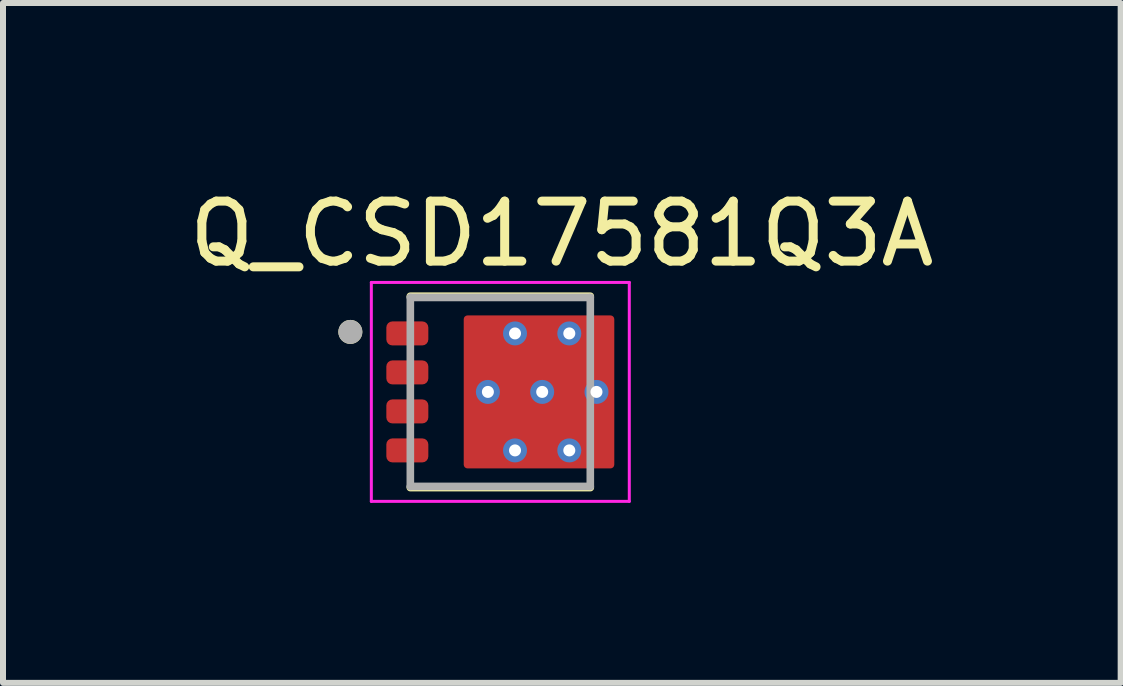
<source format=kicad_pcb>
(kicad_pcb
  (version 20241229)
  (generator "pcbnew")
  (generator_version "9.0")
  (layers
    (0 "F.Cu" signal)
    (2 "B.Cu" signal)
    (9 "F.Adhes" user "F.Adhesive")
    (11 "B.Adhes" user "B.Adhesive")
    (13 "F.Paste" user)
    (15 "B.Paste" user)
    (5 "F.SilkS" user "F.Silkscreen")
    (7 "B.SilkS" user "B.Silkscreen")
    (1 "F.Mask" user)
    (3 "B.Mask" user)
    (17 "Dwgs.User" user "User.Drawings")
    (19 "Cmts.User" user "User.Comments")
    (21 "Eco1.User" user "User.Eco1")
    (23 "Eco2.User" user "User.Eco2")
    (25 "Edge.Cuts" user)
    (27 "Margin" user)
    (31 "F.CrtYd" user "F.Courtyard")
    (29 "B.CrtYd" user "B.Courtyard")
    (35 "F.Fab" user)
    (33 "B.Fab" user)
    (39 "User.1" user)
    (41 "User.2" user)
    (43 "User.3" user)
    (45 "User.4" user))
  (footprint "Q_CSD17581Q3A"
    (layer "F.Cu")
    (at 5.29 3.483)
    (property "Reference" "Q_CSD17581Q3A" (at 1.025 -2.635 0) (layer "F.SilkS") (effects (font (size 1 1) (thickness 0.15))))
    (attr through_hole)
    (fp_poly (pts (xy -1.8 -1.125) (xy -1.3 -1.125) (xy -1.297 -1.125) (xy -1.295 -1.125) (xy -1.292 -1.124) (xy -1.29 -1.124) (xy -1.287 -1.123) (xy -1.285 -1.123) (xy -1.282 -1.122) (xy -1.28 -1.121) (xy -1.277 -1.12) (xy -1.275 -1.118) (xy -1.273 -1.117) (xy -1.271 -1.115) (xy -1.269 -1.114) (xy -1.267 -1.112) (xy -1.265 -1.11) (xy -1.263 -1.108) (xy -1.261 -1.106) (xy -1.26 -1.104) (xy -1.258 -1.102) (xy -1.257 -1.1) (xy -1.255 -1.098) (xy -1.254 -1.095) (xy -1.253 -1.093) (xy -1.252 -1.09) (xy -1.252 -1.088) (xy -1.251 -1.085) (xy -1.251 -1.083) (xy -1.25 -1.08) (xy -1.25 -1.078) (xy -1.25 -1.075) (xy -1.25 -0.875) (xy -1.25 -0.872) (xy -1.25 -0.87) (xy -1.251 -0.867) (xy -1.251 -0.865) (xy -1.252 -0.862) (xy -1.252 -0.86) (xy -1.253 -0.857) (xy -1.254 -0.855) (xy -1.255 -0.852) (xy -1.257 -0.85) (xy -1.258 -0.848) (xy -1.26 -0.846) (xy -1.261 -0.844) (xy -1.263 -0.842) (xy -1.265 -0.84) (xy -1.267 -0.838) (xy -1.269 -0.836) (xy -1.271 -0.835) (xy -1.273 -0.833) (xy -1.275 -0.832) (xy -1.277 -0.83) (xy -1.28 -0.829) (xy -1.282 -0.828) (xy -1.285 -0.827) (xy -1.287 -0.827) (xy -1.29 -0.826) (xy -1.292 -0.826) (xy -1.295 -0.825) (xy -1.297 -0.825) (xy -1.3 -0.825) (xy -1.8 -0.825) (xy -1.803 -0.825) (xy -1.805 -0.825) (xy -1.808 -0.826) (xy -1.81 -0.826) (xy -1.813 -0.827) (xy -1.815 -0.827) (xy -1.818 -0.828) (xy -1.82 -0.829) (xy -1.823 -0.83) (xy -1.825 -0.832) (xy -1.827 -0.833) (xy -1.829 -0.835) (xy -1.831 -0.836) (xy -1.833 -0.838) (xy -1.835 -0.84) (xy -1.837 -0.842) (xy -1.839 -0.844) (xy -1.84 -0.846) (xy -1.842 -0.848) (xy -1.843 -0.85) (xy -1.845 -0.852) (xy -1.846 -0.855) (xy -1.847 -0.857) (xy -1.848 -0.86) (xy -1.848 -0.862) (xy -1.849 -0.865) (xy -1.849 -0.867) (xy -1.85 -0.87) (xy -1.85 -0.872) (xy -1.85 -0.875) (xy -1.85 -1.075) (xy -1.85 -1.078) (xy -1.85 -1.08) (xy -1.849 -1.083) (xy -1.849 -1.085) (xy -1.848 -1.088) (xy -1.848 -1.09) (xy -1.847 -1.093) (xy -1.846 -1.095) (xy -1.845 -1.098) (xy -1.843 -1.1) (xy -1.842 -1.102) (xy -1.84 -1.104) (xy -1.839 -1.106) (xy -1.837 -1.108) (xy -1.835 -1.11) (xy -1.833 -1.112) (xy -1.831 -1.114) (xy -1.829 -1.115) (xy -1.827 -1.117) (xy -1.825 -1.118) (xy -1.823 -1.12) (xy -1.82 -1.121) (xy -1.818 -1.122) (xy -1.815 -1.123) (xy -1.813 -1.123) (xy -1.81 -1.124) (xy -1.808 -1.124) (xy -1.805 -1.125) (xy -1.803 -1.125) (xy -1.8 -1.125)) (stroke (width 0.01) (type solid)) (fill yes) (layer "F.Mask"))
    (fp_poly (pts (xy -1.8 -0.475) (xy -1.3 -0.475) (xy -1.297 -0.475) (xy -1.295 -0.475) (xy -1.292 -0.474) (xy -1.29 -0.474) (xy -1.287 -0.473) (xy -1.285 -0.473) (xy -1.282 -0.472) (xy -1.28 -0.471) (xy -1.277 -0.47) (xy -1.275 -0.468) (xy -1.273 -0.467) (xy -1.271 -0.465) (xy -1.269 -0.464) (xy -1.267 -0.462) (xy -1.265 -0.46) (xy -1.263 -0.458) (xy -1.261 -0.456) (xy -1.26 -0.454) (xy -1.258 -0.452) (xy -1.257 -0.45) (xy -1.255 -0.448) (xy -1.254 -0.445) (xy -1.253 -0.443) (xy -1.252 -0.44) (xy -1.252 -0.438) (xy -1.251 -0.435) (xy -1.251 -0.433) (xy -1.25 -0.43) (xy -1.25 -0.428) (xy -1.25 -0.425) (xy -1.25 -0.225) (xy -1.25 -0.222) (xy -1.25 -0.22) (xy -1.251 -0.217) (xy -1.251 -0.215) (xy -1.252 -0.212) (xy -1.252 -0.21) (xy -1.253 -0.207) (xy -1.254 -0.205) (xy -1.255 -0.202) (xy -1.257 -0.2) (xy -1.258 -0.198) (xy -1.26 -0.196) (xy -1.261 -0.194) (xy -1.263 -0.192) (xy -1.265 -0.19) (xy -1.267 -0.188) (xy -1.269 -0.186) (xy -1.271 -0.185) (xy -1.273 -0.183) (xy -1.275 -0.182) (xy -1.277 -0.18) (xy -1.28 -0.179) (xy -1.282 -0.178) (xy -1.285 -0.177) (xy -1.287 -0.177) (xy -1.29 -0.176) (xy -1.292 -0.176) (xy -1.295 -0.175) (xy -1.297 -0.175) (xy -1.3 -0.175) (xy -1.8 -0.175) (xy -1.803 -0.175) (xy -1.805 -0.175) (xy -1.808 -0.176) (xy -1.81 -0.176) (xy -1.813 -0.177) (xy -1.815 -0.177) (xy -1.818 -0.178) (xy -1.82 -0.179) (xy -1.823 -0.18) (xy -1.825 -0.182) (xy -1.827 -0.183) (xy -1.829 -0.185) (xy -1.831 -0.186) (xy -1.833 -0.188) (xy -1.835 -0.19) (xy -1.837 -0.192) (xy -1.839 -0.194) (xy -1.84 -0.196) (xy -1.842 -0.198) (xy -1.843 -0.2) (xy -1.845 -0.202) (xy -1.846 -0.205) (xy -1.847 -0.207) (xy -1.848 -0.21) (xy -1.848 -0.212) (xy -1.849 -0.215) (xy -1.849 -0.217) (xy -1.85 -0.22) (xy -1.85 -0.222) (xy -1.85 -0.225) (xy -1.85 -0.425) (xy -1.85 -0.428) (xy -1.85 -0.43) (xy -1.849 -0.433) (xy -1.849 -0.435) (xy -1.848 -0.438) (xy -1.848 -0.44) (xy -1.847 -0.443) (xy -1.846 -0.445) (xy -1.845 -0.448) (xy -1.843 -0.45) (xy -1.842 -0.452) (xy -1.84 -0.454) (xy -1.839 -0.456) (xy -1.837 -0.458) (xy -1.835 -0.46) (xy -1.833 -0.462) (xy -1.831 -0.464) (xy -1.829 -0.465) (xy -1.827 -0.467) (xy -1.825 -0.468) (xy -1.823 -0.47) (xy -1.82 -0.471) (xy -1.818 -0.472) (xy -1.815 -0.473) (xy -1.813 -0.473) (xy -1.81 -0.474) (xy -1.808 -0.474) (xy -1.805 -0.475) (xy -1.803 -0.475) (xy -1.8 -0.475)) (stroke (width 0.01) (type solid)) (fill yes) (layer "F.Mask"))
    (fp_poly (pts (xy -1.8 0.175) (xy -1.3 0.175) (xy -1.297 0.175) (xy -1.295 0.175) (xy -1.292 0.176) (xy -1.29 0.176) (xy -1.287 0.177) (xy -1.285 0.177) (xy -1.282 0.178) (xy -1.28 0.179) (xy -1.277 0.18) (xy -1.275 0.182) (xy -1.273 0.183) (xy -1.271 0.185) (xy -1.269 0.186) (xy -1.267 0.188) (xy -1.265 0.19) (xy -1.263 0.192) (xy -1.261 0.194) (xy -1.26 0.196) (xy -1.258 0.198) (xy -1.257 0.2) (xy -1.255 0.202) (xy -1.254 0.205) (xy -1.253 0.207) (xy -1.252 0.21) (xy -1.252 0.212) (xy -1.251 0.215) (xy -1.251 0.217) (xy -1.25 0.22) (xy -1.25 0.222) (xy -1.25 0.225) (xy -1.25 0.425) (xy -1.25 0.428) (xy -1.25 0.43) (xy -1.251 0.433) (xy -1.251 0.435) (xy -1.252 0.438) (xy -1.252 0.44) (xy -1.253 0.443) (xy -1.254 0.445) (xy -1.255 0.448) (xy -1.257 0.45) (xy -1.258 0.452) (xy -1.26 0.454) (xy -1.261 0.456) (xy -1.263 0.458) (xy -1.265 0.46) (xy -1.267 0.462) (xy -1.269 0.464) (xy -1.271 0.465) (xy -1.273 0.467) (xy -1.275 0.468) (xy -1.277 0.47) (xy -1.28 0.471) (xy -1.282 0.472) (xy -1.285 0.473) (xy -1.287 0.473) (xy -1.29 0.474) (xy -1.292 0.474) (xy -1.295 0.475) (xy -1.297 0.475) (xy -1.3 0.475) (xy -1.8 0.475) (xy -1.803 0.475) (xy -1.805 0.475) (xy -1.808 0.474) (xy -1.81 0.474) (xy -1.813 0.473) (xy -1.815 0.473) (xy -1.818 0.472) (xy -1.82 0.471) (xy -1.823 0.47) (xy -1.825 0.468) (xy -1.827 0.467) (xy -1.829 0.465) (xy -1.831 0.464) (xy -1.833 0.462) (xy -1.835 0.46) (xy -1.837 0.458) (xy -1.839 0.456) (xy -1.84 0.454) (xy -1.842 0.452) (xy -1.843 0.45) (xy -1.845 0.448) (xy -1.846 0.445) (xy -1.847 0.443) (xy -1.848 0.44) (xy -1.848 0.438) (xy -1.849 0.435) (xy -1.849 0.433) (xy -1.85 0.43) (xy -1.85 0.428) (xy -1.85 0.425) (xy -1.85 0.225) (xy -1.85 0.222) (xy -1.85 0.22) (xy -1.849 0.217) (xy -1.849 0.215) (xy -1.848 0.212) (xy -1.848 0.21) (xy -1.847 0.207) (xy -1.846 0.205) (xy -1.845 0.202) (xy -1.843 0.2) (xy -1.842 0.198) (xy -1.84 0.196) (xy -1.839 0.194) (xy -1.837 0.192) (xy -1.835 0.19) (xy -1.833 0.188) (xy -1.831 0.186) (xy -1.829 0.185) (xy -1.827 0.183) (xy -1.825 0.182) (xy -1.823 0.18) (xy -1.82 0.179) (xy -1.818 0.178) (xy -1.815 0.177) (xy -1.813 0.177) (xy -1.81 0.176) (xy -1.808 0.176) (xy -1.805 0.175) (xy -1.803 0.175) (xy -1.8 0.175)) (stroke (width 0.01) (type solid)) (fill yes) (layer "F.Mask"))
    (fp_poly (pts (xy -1.8 0.825) (xy -1.3 0.825) (xy -1.297 0.825) (xy -1.295 0.825) (xy -1.292 0.826) (xy -1.29 0.826) (xy -1.287 0.827) (xy -1.285 0.827) (xy -1.282 0.828) (xy -1.28 0.829) (xy -1.277 0.83) (xy -1.275 0.832) (xy -1.273 0.833) (xy -1.271 0.835) (xy -1.269 0.836) (xy -1.267 0.838) (xy -1.265 0.84) (xy -1.263 0.842) (xy -1.261 0.844) (xy -1.26 0.846) (xy -1.258 0.848) (xy -1.257 0.85) (xy -1.255 0.852) (xy -1.254 0.855) (xy -1.253 0.857) (xy -1.252 0.86) (xy -1.252 0.862) (xy -1.251 0.865) (xy -1.251 0.867) (xy -1.25 0.87) (xy -1.25 0.872) (xy -1.25 0.875) (xy -1.25 1.075) (xy -1.25 1.078) (xy -1.25 1.08) (xy -1.251 1.083) (xy -1.251 1.085) (xy -1.252 1.088) (xy -1.252 1.09) (xy -1.253 1.093) (xy -1.254 1.095) (xy -1.255 1.098) (xy -1.257 1.1) (xy -1.258 1.102) (xy -1.26 1.104) (xy -1.261 1.106) (xy -1.263 1.108) (xy -1.265 1.11) (xy -1.267 1.112) (xy -1.269 1.114) (xy -1.271 1.115) (xy -1.273 1.117) (xy -1.275 1.118) (xy -1.277 1.12) (xy -1.28 1.121) (xy -1.282 1.122) (xy -1.285 1.123) (xy -1.287 1.123) (xy -1.29 1.124) (xy -1.292 1.124) (xy -1.295 1.125) (xy -1.297 1.125) (xy -1.3 1.125) (xy -1.8 1.125) (xy -1.803 1.125) (xy -1.805 1.125) (xy -1.808 1.124) (xy -1.81 1.124) (xy -1.813 1.123) (xy -1.815 1.123) (xy -1.818 1.122) (xy -1.82 1.121) (xy -1.823 1.12) (xy -1.825 1.118) (xy -1.827 1.117) (xy -1.829 1.115) (xy -1.831 1.114) (xy -1.833 1.112) (xy -1.835 1.11) (xy -1.837 1.108) (xy -1.839 1.106) (xy -1.84 1.104) (xy -1.842 1.102) (xy -1.843 1.1) (xy -1.845 1.098) (xy -1.846 1.095) (xy -1.847 1.093) (xy -1.848 1.09) (xy -1.848 1.088) (xy -1.849 1.085) (xy -1.849 1.083) (xy -1.85 1.08) (xy -1.85 1.078) (xy -1.85 1.075) (xy -1.85 0.875) (xy -1.85 0.872) (xy -1.85 0.87) (xy -1.849 0.867) (xy -1.849 0.865) (xy -1.848 0.862) (xy -1.848 0.86) (xy -1.847 0.857) (xy -1.846 0.855) (xy -1.845 0.852) (xy -1.843 0.85) (xy -1.842 0.848) (xy -1.84 0.846) (xy -1.839 0.844) (xy -1.837 0.842) (xy -1.835 0.84) (xy -1.833 0.838) (xy -1.831 0.836) (xy -1.829 0.835) (xy -1.827 0.833) (xy -1.825 0.832) (xy -1.823 0.83) (xy -1.82 0.829) (xy -1.818 0.828) (xy -1.815 0.827) (xy -1.813 0.827) (xy -1.81 0.826) (xy -1.808 0.826) (xy -1.805 0.825) (xy -1.803 0.825) (xy -1.8 0.825)) (stroke (width 0.01) (type solid)) (fill yes) (layer "F.Mask"))
    (fp_poly (pts (xy 1.215 1.125) (xy 1.215 1.175) (xy 1.215 1.178) (xy 1.215 1.18) (xy 1.214 1.183) (xy 1.214 1.185) (xy 1.213 1.188) (xy 1.213 1.19) (xy 1.212 1.193) (xy 1.211 1.195) (xy 1.21 1.198) (xy 1.208 1.2) (xy 1.207 1.202) (xy 1.205 1.204) (xy 1.204 1.206) (xy 1.202 1.208) (xy 1.2 1.21) (xy 1.198 1.212) (xy 1.196 1.214) (xy 1.194 1.215) (xy 1.192 1.217) (xy 1.19 1.218) (xy 1.188 1.22) (xy 1.185 1.221) (xy 1.183 1.222) (xy 1.18 1.223) (xy 1.178 1.223) (xy 1.175 1.224) (xy 1.173 1.224) (xy 1.17 1.225) (xy 1.168 1.225) (xy 1.165 1.225) (xy -0.51 1.225) (xy -0.513 1.225) (xy -0.515 1.225) (xy -0.518 1.224) (xy -0.52 1.224) (xy -0.523 1.223) (xy -0.525 1.223) (xy -0.528 1.222) (xy -0.53 1.221) (xy -0.533 1.22) (xy -0.535 1.218) (xy -0.537 1.217) (xy -0.539 1.215) (xy -0.541 1.214) (xy -0.543 1.212) (xy -0.545 1.21) (xy -0.547 1.208) (xy -0.549 1.206) (xy -0.55 1.204) (xy -0.552 1.202) (xy -0.553 1.2) (xy -0.555 1.198) (xy -0.556 1.195) (xy -0.557 1.193) (xy -0.558 1.19) (xy -0.558 1.188) (xy -0.559 1.185) (xy -0.559 1.183) (xy -0.56 1.18) (xy -0.56 1.178) (xy -0.56 1.175) (xy -0.56 -1.175) (xy -0.56 -1.178) (xy -0.56 -1.18) (xy -0.559 -1.183) (xy -0.559 -1.185) (xy -0.558 -1.188) (xy -0.558 -1.19) (xy -0.557 -1.193) (xy -0.556 -1.195) (xy -0.555 -1.198) (xy -0.553 -1.2) (xy -0.552 -1.202) (xy -0.55 -1.204) (xy -0.549 -1.206) (xy -0.547 -1.208) (xy -0.545 -1.21) (xy -0.543 -1.212) (xy -0.541 -1.214) (xy -0.539 -1.215) (xy -0.537 -1.217) (xy -0.535 -1.218) (xy -0.533 -1.22) (xy -0.53 -1.221) (xy -0.528 -1.222) (xy -0.525 -1.223) (xy -0.523 -1.223) (xy -0.52 -1.224) (xy -0.518 -1.224) (xy -0.515 -1.225) (xy -0.513 -1.225) (xy -0.51 -1.225) (xy 1.165 -1.225) (xy 1.168 -1.225) (xy 1.17 -1.225) (xy 1.173 -1.224) (xy 1.175 -1.224) (xy 1.178 -1.223) (xy 1.18 -1.223) (xy 1.183 -1.222) (xy 1.185 -1.221) (xy 1.188 -1.22) (xy 1.19 -1.218) (xy 1.192 -1.217) (xy 1.194 -1.215) (xy 1.196 -1.214) (xy 1.198 -1.212) (xy 1.2 -1.21) (xy 1.202 -1.208) (xy 1.204 -1.206) (xy 1.205 -1.204) (xy 1.207 -1.202) (xy 1.208 -1.2) (xy 1.21 -1.198) (xy 1.211 -1.195) (xy 1.212 -1.193) (xy 1.213 -1.19) (xy 1.213 -1.188) (xy 1.214 -1.185) (xy 1.214 -1.183) (xy 1.215 -1.18) (xy 1.215 -1.178) (xy 1.215 -1.175) (xy 1.215 -1.125) (xy 1.8 -1.125) (xy 1.803 -1.125) (xy 1.805 -1.125) (xy 1.808 -1.124) (xy 1.81 -1.124) (xy 1.813 -1.123) (xy 1.815 -1.123) (xy 1.818 -1.122) (xy 1.82 -1.121) (xy 1.823 -1.12) (xy 1.825 -1.118) (xy 1.827 -1.117) (xy 1.829 -1.115) (xy 1.831 -1.114) (xy 1.833 -1.112) (xy 1.835 -1.11) (xy 1.837 -1.108) (xy 1.839 -1.106) (xy 1.84 -1.104) (xy 1.842 -1.102) (xy 1.843 -1.1) (xy 1.845 -1.098) (xy 1.846 -1.095) (xy 1.847 -1.093) (xy 1.848 -1.09) (xy 1.848 -1.088) (xy 1.849 -1.085) (xy 1.849 -1.083) (xy 1.85 -1.08) (xy 1.85 -1.078) (xy 1.85 -1.075) (xy 1.85 -0.875) (xy 1.85 -0.872) (xy 1.85 -0.87) (xy 1.849 -0.867) (xy 1.849 -0.865) (xy 1.848 -0.862) (xy 1.848 -0.86) (xy 1.847 -0.857) (xy 1.846 -0.855) (xy 1.845 -0.852) (xy 1.843 -0.85) (xy 1.842 -0.848) (xy 1.84 -0.846) (xy 1.839 -0.844) (xy 1.837 -0.842) (xy 1.835 -0.84) (xy 1.833 -0.838) (xy 1.831 -0.836) (xy 1.829 -0.835) (xy 1.827 -0.833) (xy 1.825 -0.832) (xy 1.823 -0.83) (xy 1.82 -0.829) (xy 1.818 -0.828) (xy 1.815 -0.827) (xy 1.813 -0.827) (xy 1.81 -0.826) (xy 1.808 -0.826) (xy 1.805 -0.825) (xy 1.803 -0.825) (xy 1.8 -0.825) (xy 1.215 -0.825) (xy 1.215 -0.475) (xy 1.8 -0.475) (xy 1.803 -0.475) (xy 1.805 -0.475) (xy 1.808 -0.474) (xy 1.81 -0.474) (xy 1.813 -0.473) (xy 1.815 -0.473) (xy 1.818 -0.472) (xy 1.82 -0.471) (xy 1.823 -0.47) (xy 1.825 -0.468) (xy 1.827 -0.467) (xy 1.829 -0.465) (xy 1.831 -0.464) (xy 1.833 -0.462) (xy 1.835 -0.46) (xy 1.837 -0.458) (xy 1.839 -0.456) (xy 1.84 -0.454) (xy 1.842 -0.452) (xy 1.843 -0.45) (xy 1.845 -0.448) (xy 1.846 -0.445) (xy 1.847 -0.443) (xy 1.848 -0.44) (xy 1.848 -0.438) (xy 1.849 -0.435) (xy 1.849 -0.433) (xy 1.85 -0.43) (xy 1.85 -0.428) (xy 1.85 -0.425) (xy 1.85 -0.225) (xy 1.85 -0.222) (xy 1.85 -0.22) (xy 1.849 -0.217) (xy 1.849 -0.215) (xy 1.848 -0.212) (xy 1.848 -0.21) (xy 1.847 -0.207) (xy 1.846 -0.205) (xy 1.845 -0.202) (xy 1.843 -0.2) (xy 1.842 -0.198) (xy 1.84 -0.196) (xy 1.839 -0.194) (xy 1.837 -0.192) (xy 1.835 -0.19) (xy 1.833 -0.188) (xy 1.831 -0.186) (xy 1.829 -0.185) (xy 1.827 -0.183) (xy 1.825 -0.182) (xy 1.823 -0.18) (xy 1.82 -0.179) (xy 1.818 -0.178) (xy 1.815 -0.177) (xy 1.813 -0.177) (xy 1.81 -0.176) (xy 1.808 -0.176) (xy 1.805 -0.175) (xy 1.803 -0.175) (xy 1.8 -0.175) (xy 1.215 -0.175) (xy 1.215 0.175) (xy 1.8 0.175) (xy 1.803 0.175) (xy 1.805 0.175) (xy 1.808 0.176) (xy 1.81 0.176) (xy 1.813 0.177) (xy 1.815 0.177) (xy 1.818 0.178) (xy 1.82 0.179) (xy 1.823 0.18) (xy 1.825 0.182) (xy 1.827 0.183) (xy 1.829 0.185) (xy 1.831 0.186) (xy 1.833 0.188) (xy 1.835 0.19) (xy 1.837 0.192) (xy 1.839 0.194) (xy 1.84 0.196) (xy 1.842 0.198) (xy 1.843 0.2) (xy 1.845 0.202) (xy 1.846 0.205) (xy 1.847 0.207) (xy 1.848 0.21) (xy 1.848 0.212) (xy 1.849 0.215) (xy 1.849 0.217) (xy 1.85 0.22) (xy 1.85 0.222) (xy 1.85 0.225) (xy 1.85 0.425) (xy 1.85 0.428) (xy 1.85 0.43) (xy 1.849 0.433) (xy 1.849 0.435) (xy 1.848 0.438) (xy 1.848 0.44) (xy 1.847 0.443) (xy 1.846 0.445) (xy 1.845 0.448) (xy 1.843 0.45) (xy 1.842 0.452) (xy 1.84 0.454) (xy 1.839 0.456) (xy 1.837 0.458) (xy 1.835 0.46) (xy 1.833 0.462) (xy 1.831 0.464) (xy 1.829 0.465) (xy 1.827 0.467) (xy 1.825 0.468) (xy 1.823 0.47) (xy 1.82 0.471) (xy 1.818 0.472) (xy 1.815 0.473) (xy 1.813 0.473) (xy 1.81 0.474) (xy 1.808 0.474) (xy 1.805 0.475) (xy 1.803 0.475) (xy 1.8 0.475) (xy 1.215 0.475) (xy 1.215 0.825) (xy 1.8 0.825) (xy 1.803 0.825) (xy 1.805 0.825) (xy 1.808 0.826) (xy 1.81 0.826) (xy 1.813 0.827) (xy 1.815 0.827) (xy 1.818 0.828) (xy 1.82 0.829) (xy 1.823 0.83) (xy 1.825 0.832) (xy 1.827 0.833) (xy 1.829 0.835) (xy 1.831 0.836) (xy 1.833 0.838) (xy 1.835 0.84) (xy 1.837 0.842) (xy 1.839 0.844) (xy 1.84 0.846) (xy 1.842 0.848) (xy 1.843 0.85) (xy 1.845 0.852) (xy 1.846 0.855) (xy 1.847 0.857) (xy 1.848 0.86) (xy 1.848 0.862) (xy 1.849 0.865) (xy 1.849 0.867) (xy 1.85 0.87) (xy 1.85 0.872) (xy 1.85 0.875) (xy 1.85 1.075) (xy 1.85 1.078) (xy 1.85 1.08) (xy 1.849 1.083) (xy 1.849 1.085) (xy 1.848 1.088) (xy 1.848 1.09) (xy 1.847 1.093) (xy 1.846 1.095) (xy 1.845 1.098) (xy 1.843 1.1) (xy 1.842 1.102) (xy 1.84 1.104) (xy 1.839 1.106) (xy 1.837 1.108) (xy 1.835 1.11) (xy 1.833 1.112) (xy 1.831 1.114) (xy 1.829 1.115) (xy 1.827 1.117) (xy 1.825 1.118) (xy 1.823 1.12) (xy 1.82 1.121) (xy 1.818 1.122) (xy 1.815 1.123) (xy 1.813 1.123) (xy 1.81 1.124) (xy 1.808 1.124) (xy 1.805 1.125) (xy 1.803 1.125) (xy 1.8 1.125) (xy 1.215 1.125)) (stroke (width 0.01) (type solid)) (fill yes) (layer "F.Mask"))
    (fp_line (start -1.5 -1.595) (end 1.5 -1.595) (stroke (width 0.127) (type solid)) (layer "F.SilkS"))
    (fp_line (start 1.5 1.595) (end -1.5 1.595) (stroke (width 0.127) (type solid)) (layer "F.SilkS"))
    (fp_circle (center -2.5 -1) (end -2.4 -1) (stroke (width 0.2) (type solid)) (fill no) (layer "F.SilkS"))
    (fp_poly (pts (xy -1.8 -1.125) (xy -1.3 -1.125) (xy -1.297 -1.125) (xy -1.295 -1.125) (xy -1.292 -1.124) (xy -1.29 -1.124) (xy -1.287 -1.123) (xy -1.285 -1.123) (xy -1.282 -1.122) (xy -1.28 -1.121) (xy -1.277 -1.12) (xy -1.275 -1.118) (xy -1.273 -1.117) (xy -1.271 -1.115) (xy -1.269 -1.114) (xy -1.267 -1.112) (xy -1.265 -1.11) (xy -1.263 -1.108) (xy -1.261 -1.106) (xy -1.26 -1.104) (xy -1.258 -1.102) (xy -1.257 -1.1) (xy -1.255 -1.098) (xy -1.254 -1.095) (xy -1.253 -1.093) (xy -1.252 -1.09) (xy -1.252 -1.088) (xy -1.251 -1.085) (xy -1.251 -1.083) (xy -1.25 -1.08) (xy -1.25 -1.078) (xy -1.25 -1.075) (xy -1.25 -0.875) (xy -1.25 -0.872) (xy -1.25 -0.87) (xy -1.251 -0.867) (xy -1.251 -0.865) (xy -1.252 -0.862) (xy -1.252 -0.86) (xy -1.253 -0.857) (xy -1.254 -0.855) (xy -1.255 -0.852) (xy -1.257 -0.85) (xy -1.258 -0.848) (xy -1.26 -0.846) (xy -1.261 -0.844) (xy -1.263 -0.842) (xy -1.265 -0.84) (xy -1.267 -0.838) (xy -1.269 -0.836) (xy -1.271 -0.835) (xy -1.273 -0.833) (xy -1.275 -0.832) (xy -1.277 -0.83) (xy -1.28 -0.829) (xy -1.282 -0.828) (xy -1.285 -0.827) (xy -1.287 -0.827) (xy -1.29 -0.826) (xy -1.292 -0.826) (xy -1.295 -0.825) (xy -1.297 -0.825) (xy -1.3 -0.825) (xy -1.8 -0.825) (xy -1.803 -0.825) (xy -1.805 -0.825) (xy -1.808 -0.826) (xy -1.81 -0.826) (xy -1.813 -0.827) (xy -1.815 -0.827) (xy -1.818 -0.828) (xy -1.82 -0.829) (xy -1.823 -0.83) (xy -1.825 -0.832) (xy -1.827 -0.833) (xy -1.829 -0.835) (xy -1.831 -0.836) (xy -1.833 -0.838) (xy -1.835 -0.84) (xy -1.837 -0.842) (xy -1.839 -0.844) (xy -1.84 -0.846) (xy -1.842 -0.848) (xy -1.843 -0.85) (xy -1.845 -0.852) (xy -1.846 -0.855) (xy -1.847 -0.857) (xy -1.848 -0.86) (xy -1.848 -0.862) (xy -1.849 -0.865) (xy -1.849 -0.867) (xy -1.85 -0.87) (xy -1.85 -0.872) (xy -1.85 -0.875) (xy -1.85 -1.075) (xy -1.85 -1.078) (xy -1.85 -1.08) (xy -1.849 -1.083) (xy -1.849 -1.085) (xy -1.848 -1.088) (xy -1.848 -1.09) (xy -1.847 -1.093) (xy -1.846 -1.095) (xy -1.845 -1.098) (xy -1.843 -1.1) (xy -1.842 -1.102) (xy -1.84 -1.104) (xy -1.839 -1.106) (xy -1.837 -1.108) (xy -1.835 -1.11) (xy -1.833 -1.112) (xy -1.831 -1.114) (xy -1.829 -1.115) (xy -1.827 -1.117) (xy -1.825 -1.118) (xy -1.823 -1.12) (xy -1.82 -1.121) (xy -1.818 -1.122) (xy -1.815 -1.123) (xy -1.813 -1.123) (xy -1.81 -1.124) (xy -1.808 -1.124) (xy -1.805 -1.125) (xy -1.803 -1.125) (xy -1.8 -1.125)) (stroke (width 0.01) (type solid)) (fill yes) (layer "F.Paste"))
    (fp_poly (pts (xy -1.8 -0.475) (xy -1.3 -0.475) (xy -1.297 -0.475) (xy -1.295 -0.475) (xy -1.292 -0.474) (xy -1.29 -0.474) (xy -1.287 -0.473) (xy -1.285 -0.473) (xy -1.282 -0.472) (xy -1.28 -0.471) (xy -1.277 -0.47) (xy -1.275 -0.468) (xy -1.273 -0.467) (xy -1.271 -0.465) (xy -1.269 -0.464) (xy -1.267 -0.462) (xy -1.265 -0.46) (xy -1.263 -0.458) (xy -1.261 -0.456) (xy -1.26 -0.454) (xy -1.258 -0.452) (xy -1.257 -0.45) (xy -1.255 -0.448) (xy -1.254 -0.445) (xy -1.253 -0.443) (xy -1.252 -0.44) (xy -1.252 -0.438) (xy -1.251 -0.435) (xy -1.251 -0.433) (xy -1.25 -0.43) (xy -1.25 -0.428) (xy -1.25 -0.425) (xy -1.25 -0.225) (xy -1.25 -0.222) (xy -1.25 -0.22) (xy -1.251 -0.217) (xy -1.251 -0.215) (xy -1.252 -0.212) (xy -1.252 -0.21) (xy -1.253 -0.207) (xy -1.254 -0.205) (xy -1.255 -0.202) (xy -1.257 -0.2) (xy -1.258 -0.198) (xy -1.26 -0.196) (xy -1.261 -0.194) (xy -1.263 -0.192) (xy -1.265 -0.19) (xy -1.267 -0.188) (xy -1.269 -0.186) (xy -1.271 -0.185) (xy -1.273 -0.183) (xy -1.275 -0.182) (xy -1.277 -0.18) (xy -1.28 -0.179) (xy -1.282 -0.178) (xy -1.285 -0.177) (xy -1.287 -0.177) (xy -1.29 -0.176) (xy -1.292 -0.176) (xy -1.295 -0.175) (xy -1.297 -0.175) (xy -1.3 -0.175) (xy -1.8 -0.175) (xy -1.803 -0.175) (xy -1.805 -0.175) (xy -1.808 -0.176) (xy -1.81 -0.176) (xy -1.813 -0.177) (xy -1.815 -0.177) (xy -1.818 -0.178) (xy -1.82 -0.179) (xy -1.823 -0.18) (xy -1.825 -0.182) (xy -1.827 -0.183) (xy -1.829 -0.185) (xy -1.831 -0.186) (xy -1.833 -0.188) (xy -1.835 -0.19) (xy -1.837 -0.192) (xy -1.839 -0.194) (xy -1.84 -0.196) (xy -1.842 -0.198) (xy -1.843 -0.2) (xy -1.845 -0.202) (xy -1.846 -0.205) (xy -1.847 -0.207) (xy -1.848 -0.21) (xy -1.848 -0.212) (xy -1.849 -0.215) (xy -1.849 -0.217) (xy -1.85 -0.22) (xy -1.85 -0.222) (xy -1.85 -0.225) (xy -1.85 -0.425) (xy -1.85 -0.428) (xy -1.85 -0.43) (xy -1.849 -0.433) (xy -1.849 -0.435) (xy -1.848 -0.438) (xy -1.848 -0.44) (xy -1.847 -0.443) (xy -1.846 -0.445) (xy -1.845 -0.448) (xy -1.843 -0.45) (xy -1.842 -0.452) (xy -1.84 -0.454) (xy -1.839 -0.456) (xy -1.837 -0.458) (xy -1.835 -0.46) (xy -1.833 -0.462) (xy -1.831 -0.464) (xy -1.829 -0.465) (xy -1.827 -0.467) (xy -1.825 -0.468) (xy -1.823 -0.47) (xy -1.82 -0.471) (xy -1.818 -0.472) (xy -1.815 -0.473) (xy -1.813 -0.473) (xy -1.81 -0.474) (xy -1.808 -0.474) (xy -1.805 -0.475) (xy -1.803 -0.475) (xy -1.8 -0.475)) (stroke (width 0.01) (type solid)) (fill yes) (layer "F.Paste"))
    (fp_poly (pts (xy -1.8 0.175) (xy -1.3 0.175) (xy -1.297 0.175) (xy -1.295 0.175) (xy -1.292 0.176) (xy -1.29 0.176) (xy -1.287 0.177) (xy -1.285 0.177) (xy -1.282 0.178) (xy -1.28 0.179) (xy -1.277 0.18) (xy -1.275 0.182) (xy -1.273 0.183) (xy -1.271 0.185) (xy -1.269 0.186) (xy -1.267 0.188) (xy -1.265 0.19) (xy -1.263 0.192) (xy -1.261 0.194) (xy -1.26 0.196) (xy -1.258 0.198) (xy -1.257 0.2) (xy -1.255 0.202) (xy -1.254 0.205) (xy -1.253 0.207) (xy -1.252 0.21) (xy -1.252 0.212) (xy -1.251 0.215) (xy -1.251 0.217) (xy -1.25 0.22) (xy -1.25 0.222) (xy -1.25 0.225) (xy -1.25 0.425) (xy -1.25 0.428) (xy -1.25 0.43) (xy -1.251 0.433) (xy -1.251 0.435) (xy -1.252 0.438) (xy -1.252 0.44) (xy -1.253 0.443) (xy -1.254 0.445) (xy -1.255 0.448) (xy -1.257 0.45) (xy -1.258 0.452) (xy -1.26 0.454) (xy -1.261 0.456) (xy -1.263 0.458) (xy -1.265 0.46) (xy -1.267 0.462) (xy -1.269 0.464) (xy -1.271 0.465) (xy -1.273 0.467) (xy -1.275 0.468) (xy -1.277 0.47) (xy -1.28 0.471) (xy -1.282 0.472) (xy -1.285 0.473) (xy -1.287 0.473) (xy -1.29 0.474) (xy -1.292 0.474) (xy -1.295 0.475) (xy -1.297 0.475) (xy -1.3 0.475) (xy -1.8 0.475) (xy -1.803 0.475) (xy -1.805 0.475) (xy -1.808 0.474) (xy -1.81 0.474) (xy -1.813 0.473) (xy -1.815 0.473) (xy -1.818 0.472) (xy -1.82 0.471) (xy -1.823 0.47) (xy -1.825 0.468) (xy -1.827 0.467) (xy -1.829 0.465) (xy -1.831 0.464) (xy -1.833 0.462) (xy -1.835 0.46) (xy -1.837 0.458) (xy -1.839 0.456) (xy -1.84 0.454) (xy -1.842 0.452) (xy -1.843 0.45) (xy -1.845 0.448) (xy -1.846 0.445) (xy -1.847 0.443) (xy -1.848 0.44) (xy -1.848 0.438) (xy -1.849 0.435) (xy -1.849 0.433) (xy -1.85 0.43) (xy -1.85 0.428) (xy -1.85 0.425) (xy -1.85 0.225) (xy -1.85 0.222) (xy -1.85 0.22) (xy -1.849 0.217) (xy -1.849 0.215) (xy -1.848 0.212) (xy -1.848 0.21) (xy -1.847 0.207) (xy -1.846 0.205) (xy -1.845 0.202) (xy -1.843 0.2) (xy -1.842 0.198) (xy -1.84 0.196) (xy -1.839 0.194) (xy -1.837 0.192) (xy -1.835 0.19) (xy -1.833 0.188) (xy -1.831 0.186) (xy -1.829 0.185) (xy -1.827 0.183) (xy -1.825 0.182) (xy -1.823 0.18) (xy -1.82 0.179) (xy -1.818 0.178) (xy -1.815 0.177) (xy -1.813 0.177) (xy -1.81 0.176) (xy -1.808 0.176) (xy -1.805 0.175) (xy -1.803 0.175) (xy -1.8 0.175)) (stroke (width 0.01) (type solid)) (fill yes) (layer "F.Paste"))
    (fp_poly (pts (xy -1.8 0.825) (xy -1.3 0.825) (xy -1.297 0.825) (xy -1.295 0.825) (xy -1.292 0.826) (xy -1.29 0.826) (xy -1.287 0.827) (xy -1.285 0.827) (xy -1.282 0.828) (xy -1.28 0.829) (xy -1.277 0.83) (xy -1.275 0.832) (xy -1.273 0.833) (xy -1.271 0.835) (xy -1.269 0.836) (xy -1.267 0.838) (xy -1.265 0.84) (xy -1.263 0.842) (xy -1.261 0.844) (xy -1.26 0.846) (xy -1.258 0.848) (xy -1.257 0.85) (xy -1.255 0.852) (xy -1.254 0.855) (xy -1.253 0.857) (xy -1.252 0.86) (xy -1.252 0.862) (xy -1.251 0.865) (xy -1.251 0.867) (xy -1.25 0.87) (xy -1.25 0.872) (xy -1.25 0.875) (xy -1.25 1.075) (xy -1.25 1.078) (xy -1.25 1.08) (xy -1.251 1.083) (xy -1.251 1.085) (xy -1.252 1.088) (xy -1.252 1.09) (xy -1.253 1.093) (xy -1.254 1.095) (xy -1.255 1.098) (xy -1.257 1.1) (xy -1.258 1.102) (xy -1.26 1.104) (xy -1.261 1.106) (xy -1.263 1.108) (xy -1.265 1.11) (xy -1.267 1.112) (xy -1.269 1.114) (xy -1.271 1.115) (xy -1.273 1.117) (xy -1.275 1.118) (xy -1.277 1.12) (xy -1.28 1.121) (xy -1.282 1.122) (xy -1.285 1.123) (xy -1.287 1.123) (xy -1.29 1.124) (xy -1.292 1.124) (xy -1.295 1.125) (xy -1.297 1.125) (xy -1.3 1.125) (xy -1.8 1.125) (xy -1.803 1.125) (xy -1.805 1.125) (xy -1.808 1.124) (xy -1.81 1.124) (xy -1.813 1.123) (xy -1.815 1.123) (xy -1.818 1.122) (xy -1.82 1.121) (xy -1.823 1.12) (xy -1.825 1.118) (xy -1.827 1.117) (xy -1.829 1.115) (xy -1.831 1.114) (xy -1.833 1.112) (xy -1.835 1.11) (xy -1.837 1.108) (xy -1.839 1.106) (xy -1.84 1.104) (xy -1.842 1.102) (xy -1.843 1.1) (xy -1.845 1.098) (xy -1.846 1.095) (xy -1.847 1.093) (xy -1.848 1.09) (xy -1.848 1.088) (xy -1.849 1.085) (xy -1.849 1.083) (xy -1.85 1.08) (xy -1.85 1.078) (xy -1.85 1.075) (xy -1.85 0.875) (xy -1.85 0.872) (xy -1.85 0.87) (xy -1.849 0.867) (xy -1.849 0.865) (xy -1.848 0.862) (xy -1.848 0.86) (xy -1.847 0.857) (xy -1.846 0.855) (xy -1.845 0.852) (xy -1.843 0.85) (xy -1.842 0.848) (xy -1.84 0.846) (xy -1.839 0.844) (xy -1.837 0.842) (xy -1.835 0.84) (xy -1.833 0.838) (xy -1.831 0.836) (xy -1.829 0.835) (xy -1.827 0.833) (xy -1.825 0.832) (xy -1.823 0.83) (xy -1.82 0.829) (xy -1.818 0.828) (xy -1.815 0.827) (xy -1.813 0.827) (xy -1.81 0.826) (xy -1.808 0.826) (xy -1.805 0.825) (xy -1.803 0.825) (xy -1.8 0.825)) (stroke (width 0.01) (type solid)) (fill yes) (layer "F.Paste"))
    (fp_poly (pts (xy 1.3 -1.125) (xy 1.8 -1.125) (xy 1.803 -1.125) (xy 1.805 -1.125) (xy 1.808 -1.124) (xy 1.81 -1.124) (xy 1.813 -1.123) (xy 1.815 -1.123) (xy 1.818 -1.122) (xy 1.82 -1.121) (xy 1.823 -1.12) (xy 1.825 -1.118) (xy 1.827 -1.117) (xy 1.829 -1.115) (xy 1.831 -1.114) (xy 1.833 -1.112) (xy 1.835 -1.11) (xy 1.837 -1.108) (xy 1.839 -1.106) (xy 1.84 -1.104) (xy 1.842 -1.102) (xy 1.843 -1.1) (xy 1.845 -1.098) (xy 1.846 -1.095) (xy 1.847 -1.093) (xy 1.848 -1.09) (xy 1.848 -1.088) (xy 1.849 -1.085) (xy 1.849 -1.083) (xy 1.85 -1.08) (xy 1.85 -1.078) (xy 1.85 -1.075) (xy 1.85 -0.875) (xy 1.85 -0.872) (xy 1.85 -0.87) (xy 1.849 -0.867) (xy 1.849 -0.865) (xy 1.848 -0.862) (xy 1.848 -0.86) (xy 1.847 -0.857) (xy 1.846 -0.855) (xy 1.845 -0.852) (xy 1.843 -0.85) (xy 1.842 -0.848) (xy 1.84 -0.846) (xy 1.839 -0.844) (xy 1.837 -0.842) (xy 1.835 -0.84) (xy 1.833 -0.838) (xy 1.831 -0.836) (xy 1.829 -0.835) (xy 1.827 -0.833) (xy 1.825 -0.832) (xy 1.823 -0.83) (xy 1.82 -0.829) (xy 1.818 -0.828) (xy 1.815 -0.827) (xy 1.813 -0.827) (xy 1.81 -0.826) (xy 1.808 -0.826) (xy 1.805 -0.825) (xy 1.803 -0.825) (xy 1.8 -0.825) (xy 1.3 -0.825) (xy 1.297 -0.825) (xy 1.295 -0.825) (xy 1.292 -0.826) (xy 1.29 -0.826) (xy 1.287 -0.827) (xy 1.285 -0.827) (xy 1.282 -0.828) (xy 1.28 -0.829) (xy 1.277 -0.83) (xy 1.275 -0.832) (xy 1.273 -0.833) (xy 1.271 -0.835) (xy 1.269 -0.836) (xy 1.267 -0.838) (xy 1.265 -0.84) (xy 1.263 -0.842) (xy 1.261 -0.844) (xy 1.26 -0.846) (xy 1.258 -0.848) (xy 1.257 -0.85) (xy 1.255 -0.852) (xy 1.254 -0.855) (xy 1.253 -0.857) (xy 1.252 -0.86) (xy 1.252 -0.862) (xy 1.251 -0.865) (xy 1.251 -0.867) (xy 1.25 -0.87) (xy 1.25 -0.872) (xy 1.25 -0.875) (xy 1.25 -1.075) (xy 1.25 -1.078) (xy 1.25 -1.08) (xy 1.251 -1.083) (xy 1.251 -1.085) (xy 1.252 -1.088) (xy 1.252 -1.09) (xy 1.253 -1.093) (xy 1.254 -1.095) (xy 1.255 -1.098) (xy 1.257 -1.1) (xy 1.258 -1.102) (xy 1.26 -1.104) (xy 1.261 -1.106) (xy 1.263 -1.108) (xy 1.265 -1.11) (xy 1.267 -1.112) (xy 1.269 -1.114) (xy 1.271 -1.115) (xy 1.273 -1.117) (xy 1.275 -1.118) (xy 1.277 -1.12) (xy 1.28 -1.121) (xy 1.282 -1.122) (xy 1.285 -1.123) (xy 1.287 -1.123) (xy 1.29 -1.124) (xy 1.292 -1.124) (xy 1.295 -1.125) (xy 1.297 -1.125) (xy 1.3 -1.125)) (stroke (width 0.01) (type solid)) (fill yes) (layer "F.Paste"))
    (fp_poly (pts (xy 1.3 -0.475) (xy 1.8 -0.475) (xy 1.803 -0.475) (xy 1.805 -0.475) (xy 1.808 -0.474) (xy 1.81 -0.474) (xy 1.813 -0.473) (xy 1.815 -0.473) (xy 1.818 -0.472) (xy 1.82 -0.471) (xy 1.823 -0.47) (xy 1.825 -0.468) (xy 1.827 -0.467) (xy 1.829 -0.465) (xy 1.831 -0.464) (xy 1.833 -0.462) (xy 1.835 -0.46) (xy 1.837 -0.458) (xy 1.839 -0.456) (xy 1.84 -0.454) (xy 1.842 -0.452) (xy 1.843 -0.45) (xy 1.845 -0.448) (xy 1.846 -0.445) (xy 1.847 -0.443) (xy 1.848 -0.44) (xy 1.848 -0.438) (xy 1.849 -0.435) (xy 1.849 -0.433) (xy 1.85 -0.43) (xy 1.85 -0.428) (xy 1.85 -0.425) (xy 1.85 -0.225) (xy 1.85 -0.222) (xy 1.85 -0.22) (xy 1.849 -0.217) (xy 1.849 -0.215) (xy 1.848 -0.212) (xy 1.848 -0.21) (xy 1.847 -0.207) (xy 1.846 -0.205) (xy 1.845 -0.202) (xy 1.843 -0.2) (xy 1.842 -0.198) (xy 1.84 -0.196) (xy 1.839 -0.194) (xy 1.837 -0.192) (xy 1.835 -0.19) (xy 1.833 -0.188) (xy 1.831 -0.186) (xy 1.829 -0.185) (xy 1.827 -0.183) (xy 1.825 -0.182) (xy 1.823 -0.18) (xy 1.82 -0.179) (xy 1.818 -0.178) (xy 1.815 -0.177) (xy 1.813 -0.177) (xy 1.81 -0.176) (xy 1.808 -0.176) (xy 1.805 -0.175) (xy 1.803 -0.175) (xy 1.8 -0.175) (xy 1.3 -0.175) (xy 1.297 -0.175) (xy 1.295 -0.175) (xy 1.292 -0.176) (xy 1.29 -0.176) (xy 1.287 -0.177) (xy 1.285 -0.177) (xy 1.282 -0.178) (xy 1.28 -0.179) (xy 1.277 -0.18) (xy 1.275 -0.182) (xy 1.273 -0.183) (xy 1.271 -0.185) (xy 1.269 -0.186) (xy 1.267 -0.188) (xy 1.265 -0.19) (xy 1.263 -0.192) (xy 1.261 -0.194) (xy 1.26 -0.196) (xy 1.258 -0.198) (xy 1.257 -0.2) (xy 1.255 -0.202) (xy 1.254 -0.205) (xy 1.253 -0.207) (xy 1.252 -0.21) (xy 1.252 -0.212) (xy 1.251 -0.215) (xy 1.251 -0.217) (xy 1.25 -0.22) (xy 1.25 -0.222) (xy 1.25 -0.225) (xy 1.25 -0.425) (xy 1.25 -0.428) (xy 1.25 -0.43) (xy 1.251 -0.433) (xy 1.251 -0.435) (xy 1.252 -0.438) (xy 1.252 -0.44) (xy 1.253 -0.443) (xy 1.254 -0.445) (xy 1.255 -0.448) (xy 1.257 -0.45) (xy 1.258 -0.452) (xy 1.26 -0.454) (xy 1.261 -0.456) (xy 1.263 -0.458) (xy 1.265 -0.46) (xy 1.267 -0.462) (xy 1.269 -0.464) (xy 1.271 -0.465) (xy 1.273 -0.467) (xy 1.275 -0.468) (xy 1.277 -0.47) (xy 1.28 -0.471) (xy 1.282 -0.472) (xy 1.285 -0.473) (xy 1.287 -0.473) (xy 1.29 -0.474) (xy 1.292 -0.474) (xy 1.295 -0.475) (xy 1.297 -0.475) (xy 1.3 -0.475)) (stroke (width 0.01) (type solid)) (fill yes) (layer "F.Paste"))
    (fp_poly (pts (xy 1.3 0.175) (xy 1.8 0.175) (xy 1.803 0.175) (xy 1.805 0.175) (xy 1.808 0.176) (xy 1.81 0.176) (xy 1.813 0.177) (xy 1.815 0.177) (xy 1.818 0.178) (xy 1.82 0.179) (xy 1.823 0.18) (xy 1.825 0.182) (xy 1.827 0.183) (xy 1.829 0.185) (xy 1.831 0.186) (xy 1.833 0.188) (xy 1.835 0.19) (xy 1.837 0.192) (xy 1.839 0.194) (xy 1.84 0.196) (xy 1.842 0.198) (xy 1.843 0.2) (xy 1.845 0.202) (xy 1.846 0.205) (xy 1.847 0.207) (xy 1.848 0.21) (xy 1.848 0.212) (xy 1.849 0.215) (xy 1.849 0.217) (xy 1.85 0.22) (xy 1.85 0.222) (xy 1.85 0.225) (xy 1.85 0.425) (xy 1.85 0.428) (xy 1.85 0.43) (xy 1.849 0.433) (xy 1.849 0.435) (xy 1.848 0.438) (xy 1.848 0.44) (xy 1.847 0.443) (xy 1.846 0.445) (xy 1.845 0.448) (xy 1.843 0.45) (xy 1.842 0.452) (xy 1.84 0.454) (xy 1.839 0.456) (xy 1.837 0.458) (xy 1.835 0.46) (xy 1.833 0.462) (xy 1.831 0.464) (xy 1.829 0.465) (xy 1.827 0.467) (xy 1.825 0.468) (xy 1.823 0.47) (xy 1.82 0.471) (xy 1.818 0.472) (xy 1.815 0.473) (xy 1.813 0.473) (xy 1.81 0.474) (xy 1.808 0.474) (xy 1.805 0.475) (xy 1.803 0.475) (xy 1.8 0.475) (xy 1.3 0.475) (xy 1.297 0.475) (xy 1.295 0.475) (xy 1.292 0.474) (xy 1.29 0.474) (xy 1.287 0.473) (xy 1.285 0.473) (xy 1.282 0.472) (xy 1.28 0.471) (xy 1.277 0.47) (xy 1.275 0.468) (xy 1.273 0.467) (xy 1.271 0.465) (xy 1.269 0.464) (xy 1.267 0.462) (xy 1.265 0.46) (xy 1.263 0.458) (xy 1.261 0.456) (xy 1.26 0.454) (xy 1.258 0.452) (xy 1.257 0.45) (xy 1.255 0.448) (xy 1.254 0.445) (xy 1.253 0.443) (xy 1.252 0.44) (xy 1.252 0.438) (xy 1.251 0.435) (xy 1.251 0.433) (xy 1.25 0.43) (xy 1.25 0.428) (xy 1.25 0.425) (xy 1.25 0.225) (xy 1.25 0.222) (xy 1.25 0.22) (xy 1.251 0.217) (xy 1.251 0.215) (xy 1.252 0.212) (xy 1.252 0.21) (xy 1.253 0.207) (xy 1.254 0.205) (xy 1.255 0.202) (xy 1.257 0.2) (xy 1.258 0.198) (xy 1.26 0.196) (xy 1.261 0.194) (xy 1.263 0.192) (xy 1.265 0.19) (xy 1.267 0.188) (xy 1.269 0.186) (xy 1.271 0.185) (xy 1.273 0.183) (xy 1.275 0.182) (xy 1.277 0.18) (xy 1.28 0.179) (xy 1.282 0.178) (xy 1.285 0.177) (xy 1.287 0.177) (xy 1.29 0.176) (xy 1.292 0.176) (xy 1.295 0.175) (xy 1.297 0.175) (xy 1.3 0.175)) (stroke (width 0.01) (type solid)) (fill yes) (layer "F.Paste"))
    (fp_poly (pts (xy 1.3 0.825) (xy 1.8 0.825) (xy 1.803 0.825) (xy 1.805 0.825) (xy 1.808 0.826) (xy 1.81 0.826) (xy 1.813 0.827) (xy 1.815 0.827) (xy 1.818 0.828) (xy 1.82 0.829) (xy 1.823 0.83) (xy 1.825 0.832) (xy 1.827 0.833) (xy 1.829 0.835) (xy 1.831 0.836) (xy 1.833 0.838) (xy 1.835 0.84) (xy 1.837 0.842) (xy 1.839 0.844) (xy 1.84 0.846) (xy 1.842 0.848) (xy 1.843 0.85) (xy 1.845 0.852) (xy 1.846 0.855) (xy 1.847 0.857) (xy 1.848 0.86) (xy 1.848 0.862) (xy 1.849 0.865) (xy 1.849 0.867) (xy 1.85 0.87) (xy 1.85 0.872) (xy 1.85 0.875) (xy 1.85 1.075) (xy 1.85 1.078) (xy 1.85 1.08) (xy 1.849 1.083) (xy 1.849 1.085) (xy 1.848 1.088) (xy 1.848 1.09) (xy 1.847 1.093) (xy 1.846 1.095) (xy 1.845 1.098) (xy 1.843 1.1) (xy 1.842 1.102) (xy 1.84 1.104) (xy 1.839 1.106) (xy 1.837 1.108) (xy 1.835 1.11) (xy 1.833 1.112) (xy 1.831 1.114) (xy 1.829 1.115) (xy 1.827 1.117) (xy 1.825 1.118) (xy 1.823 1.12) (xy 1.82 1.121) (xy 1.818 1.122) (xy 1.815 1.123) (xy 1.813 1.123) (xy 1.81 1.124) (xy 1.808 1.124) (xy 1.805 1.125) (xy 1.803 1.125) (xy 1.8 1.125) (xy 1.3 1.125) (xy 1.297 1.125) (xy 1.295 1.125) (xy 1.292 1.124) (xy 1.29 1.124) (xy 1.287 1.123) (xy 1.285 1.123) (xy 1.282 1.122) (xy 1.28 1.121) (xy 1.277 1.12) (xy 1.275 1.118) (xy 1.273 1.117) (xy 1.271 1.115) (xy 1.269 1.114) (xy 1.267 1.112) (xy 1.265 1.11) (xy 1.263 1.108) (xy 1.261 1.106) (xy 1.26 1.104) (xy 1.258 1.102) (xy 1.257 1.1) (xy 1.255 1.098) (xy 1.254 1.095) (xy 1.253 1.093) (xy 1.252 1.09) (xy 1.252 1.088) (xy 1.251 1.085) (xy 1.251 1.083) (xy 1.25 1.08) (xy 1.25 1.078) (xy 1.25 1.075) (xy 1.25 0.875) (xy 1.25 0.872) (xy 1.25 0.87) (xy 1.251 0.867) (xy 1.251 0.865) (xy 1.252 0.862) (xy 1.252 0.86) (xy 1.253 0.857) (xy 1.254 0.855) (xy 1.255 0.852) (xy 1.257 0.85) (xy 1.258 0.848) (xy 1.26 0.846) (xy 1.261 0.844) (xy 1.263 0.842) (xy 1.265 0.84) (xy 1.267 0.838) (xy 1.269 0.836) (xy 1.271 0.835) (xy 1.273 0.833) (xy 1.275 0.832) (xy 1.277 0.83) (xy 1.28 0.829) (xy 1.282 0.828) (xy 1.285 0.827) (xy 1.287 0.827) (xy 1.29 0.826) (xy 1.292 0.826) (xy 1.295 0.825) (xy 1.297 0.825) (xy 1.3 0.825)) (stroke (width 0.01) (type solid)) (fill yes) (layer "F.Paste"))
    (fp_poly (pts (xy 0.095 -0.1) (xy -0.51 -0.1) (xy -0.513 -0.1) (xy -0.516 -0.1) (xy -0.518 -0.101) (xy -0.521 -0.101) (xy -0.523 -0.102) (xy -0.526 -0.102) (xy -0.528 -0.103) (xy -0.531 -0.104) (xy -0.533 -0.105) (xy -0.535 -0.107) (xy -0.538 -0.108) (xy -0.54 -0.11) (xy -0.542 -0.111) (xy -0.544 -0.113) (xy -0.546 -0.115) (xy -0.548 -0.117) (xy -0.549 -0.119) (xy -0.551 -0.121) (xy -0.552 -0.123) (xy -0.554 -0.125) (xy -0.555 -0.127) (xy -0.556 -0.13) (xy -0.557 -0.132) (xy -0.558 -0.135) (xy -0.559 -0.137) (xy -0.559 -0.14) (xy -0.56 -0.142) (xy -0.56 -0.145) (xy -0.56 -0.147) (xy -0.56 -0.15) (xy -0.56 -1.175) (xy -0.56 -1.178) (xy -0.56 -1.18) (xy -0.56 -1.183) (xy -0.559 -1.185) (xy -0.559 -1.188) (xy -0.558 -1.19) (xy -0.557 -1.193) (xy -0.556 -1.195) (xy -0.555 -1.198) (xy -0.554 -1.2) (xy -0.552 -1.202) (xy -0.551 -1.204) (xy -0.549 -1.206) (xy -0.548 -1.208) (xy -0.546 -1.21) (xy -0.544 -1.212) (xy -0.542 -1.214) (xy -0.54 -1.215) (xy -0.538 -1.217) (xy -0.535 -1.218) (xy -0.533 -1.22) (xy -0.531 -1.221) (xy -0.528 -1.222) (xy -0.526 -1.223) (xy -0.523 -1.223) (xy -0.521 -1.224) (xy -0.518 -1.224) (xy -0.516 -1.225) (xy -0.513 -1.225) (xy -0.51 -1.225) (xy 0.095 -1.225) (xy 0.097 -1.225) (xy 0.1 -1.225) (xy 0.102 -1.224) (xy 0.105 -1.224) (xy 0.107 -1.223) (xy 0.11 -1.223) (xy 0.112 -1.222) (xy 0.115 -1.221) (xy 0.117 -1.22) (xy 0.119 -1.218) (xy 0.122 -1.217) (xy 0.124 -1.215) (xy 0.126 -1.214) (xy 0.128 -1.212) (xy 0.13 -1.21) (xy 0.132 -1.208) (xy 0.133 -1.206) (xy 0.135 -1.204) (xy 0.136 -1.202) (xy 0.138 -1.2) (xy 0.139 -1.198) (xy 0.14 -1.195) (xy 0.141 -1.193) (xy 0.142 -1.19) (xy 0.143 -1.188) (xy 0.143 -1.185) (xy 0.144 -1.183) (xy 0.144 -1.18) (xy 0.144 -1.178) (xy 0.144 -1.175) (xy 0.144 -0.15) (xy 0.144 -0.147) (xy 0.144 -0.145) (xy 0.144 -0.142) (xy 0.143 -0.14) (xy 0.143 -0.137) (xy 0.142 -0.135) (xy 0.141 -0.132) (xy 0.14 -0.13) (xy 0.139 -0.127) (xy 0.138 -0.125) (xy 0.136 -0.123) (xy 0.135 -0.121) (xy 0.133 -0.119) (xy 0.132 -0.117) (xy 0.13 -0.115) (xy 0.128 -0.113) (xy 0.126 -0.111) (xy 0.124 -0.11) (xy 0.122 -0.108) (xy 0.12 -0.107) (xy 0.117 -0.105) (xy 0.115 -0.104) (xy 0.112 -0.103) (xy 0.11 -0.102) (xy 0.107 -0.102) (xy 0.105 -0.101) (xy 0.102 -0.101) (xy 0.1 -0.1) (xy 0.097 -0.1) (xy 0.095 -0.1) (xy 0.095 -0.1)) (stroke (width 0.01) (type solid)) (fill yes) (layer "F.Paste"))
    (fp_poly (pts (xy 0.095 1.225) (xy -0.51 1.225) (xy -0.513 1.225) (xy -0.516 1.225) (xy -0.518 1.224) (xy -0.521 1.224) (xy -0.523 1.223) (xy -0.526 1.223) (xy -0.528 1.222) (xy -0.531 1.221) (xy -0.533 1.22) (xy -0.535 1.218) (xy -0.538 1.217) (xy -0.54 1.215) (xy -0.542 1.214) (xy -0.544 1.212) (xy -0.546 1.21) (xy -0.548 1.208) (xy -0.549 1.206) (xy -0.551 1.204) (xy -0.552 1.202) (xy -0.554 1.2) (xy -0.555 1.198) (xy -0.556 1.195) (xy -0.557 1.193) (xy -0.558 1.19) (xy -0.559 1.188) (xy -0.559 1.185) (xy -0.56 1.183) (xy -0.56 1.18) (xy -0.56 1.178) (xy -0.56 1.175) (xy -0.56 0.15) (xy -0.56 0.147) (xy -0.56 0.145) (xy -0.56 0.142) (xy -0.559 0.14) (xy -0.559 0.137) (xy -0.558 0.135) (xy -0.557 0.132) (xy -0.556 0.13) (xy -0.555 0.127) (xy -0.554 0.125) (xy -0.552 0.123) (xy -0.551 0.121) (xy -0.549 0.119) (xy -0.548 0.117) (xy -0.546 0.115) (xy -0.544 0.113) (xy -0.542 0.111) (xy -0.54 0.11) (xy -0.538 0.108) (xy -0.535 0.107) (xy -0.533 0.105) (xy -0.531 0.104) (xy -0.528 0.103) (xy -0.526 0.102) (xy -0.523 0.102) (xy -0.521 0.101) (xy -0.518 0.101) (xy -0.516 0.1) (xy -0.513 0.1) (xy -0.51 0.1) (xy 0.095 0.1) (xy 0.097 0.1) (xy 0.1 0.1) (xy 0.102 0.101) (xy 0.105 0.101) (xy 0.107 0.102) (xy 0.11 0.102) (xy 0.112 0.103) (xy 0.115 0.104) (xy 0.117 0.105) (xy 0.12 0.107) (xy 0.122 0.108) (xy 0.124 0.11) (xy 0.126 0.111) (xy 0.128 0.113) (xy 0.13 0.115) (xy 0.132 0.117) (xy 0.133 0.119) (xy 0.135 0.121) (xy 0.136 0.123) (xy 0.138 0.125) (xy 0.139 0.127) (xy 0.14 0.13) (xy 0.141 0.132) (xy 0.142 0.135) (xy 0.143 0.137) (xy 0.143 0.14) (xy 0.144 0.142) (xy 0.144 0.145) (xy 0.144 0.147) (xy 0.144 0.15) (xy 0.144 1.175) (xy 0.144 1.178) (xy 0.144 1.18) (xy 0.144 1.183) (xy 0.143 1.185) (xy 0.143 1.188) (xy 0.142 1.19) (xy 0.141 1.193) (xy 0.14 1.195) (xy 0.139 1.198) (xy 0.138 1.2) (xy 0.136 1.202) (xy 0.135 1.204) (xy 0.133 1.206) (xy 0.132 1.208) (xy 0.13 1.21) (xy 0.128 1.212) (xy 0.126 1.214) (xy 0.124 1.215) (xy 0.122 1.217) (xy 0.119 1.218) (xy 0.117 1.22) (xy 0.115 1.221) (xy 0.112 1.222) (xy 0.11 1.223) (xy 0.107 1.223) (xy 0.105 1.224) (xy 0.102 1.224) (xy 0.1 1.225) (xy 0.097 1.225) (xy 0.095 1.225) (xy 0.095 1.225)) (stroke (width 0.01) (type solid)) (fill yes) (layer "F.Paste"))
    (fp_poly (pts (xy 1 -0.1) (xy 0.395 -0.1) (xy 0.392 -0.1) (xy 0.389 -0.1) (xy 0.387 -0.101) (xy 0.384 -0.101) (xy 0.382 -0.102) (xy 0.379 -0.102) (xy 0.377 -0.103) (xy 0.374 -0.104) (xy 0.372 -0.105) (xy 0.369 -0.107) (xy 0.367 -0.108) (xy 0.365 -0.11) (xy 0.363 -0.111) (xy 0.361 -0.113) (xy 0.359 -0.115) (xy 0.357 -0.117) (xy 0.356 -0.119) (xy 0.354 -0.121) (xy 0.353 -0.123) (xy 0.351 -0.125) (xy 0.35 -0.127) (xy 0.349 -0.13) (xy 0.348 -0.132) (xy 0.347 -0.135) (xy 0.346 -0.137) (xy 0.346 -0.14) (xy 0.345 -0.142) (xy 0.345 -0.145) (xy 0.345 -0.147) (xy 0.344 -0.15) (xy 0.344 -1.175) (xy 0.345 -1.178) (xy 0.345 -1.18) (xy 0.345 -1.183) (xy 0.346 -1.185) (xy 0.346 -1.188) (xy 0.347 -1.19) (xy 0.348 -1.193) (xy 0.349 -1.195) (xy 0.35 -1.198) (xy 0.351 -1.2) (xy 0.353 -1.202) (xy 0.354 -1.204) (xy 0.356 -1.206) (xy 0.357 -1.208) (xy 0.359 -1.21) (xy 0.361 -1.212) (xy 0.363 -1.214) (xy 0.365 -1.215) (xy 0.367 -1.217) (xy 0.369 -1.218) (xy 0.372 -1.22) (xy 0.374 -1.221) (xy 0.377 -1.222) (xy 0.379 -1.223) (xy 0.382 -1.223) (xy 0.384 -1.224) (xy 0.387 -1.224) (xy 0.389 -1.225) (xy 0.392 -1.225) (xy 0.395 -1.225) (xy 1 -1.225) (xy 1.002 -1.225) (xy 1.005 -1.225) (xy 1.007 -1.224) (xy 1.01 -1.224) (xy 1.012 -1.223) (xy 1.015 -1.223) (xy 1.017 -1.222) (xy 1.02 -1.221) (xy 1.022 -1.22) (xy 1.025 -1.218) (xy 1.027 -1.217) (xy 1.029 -1.215) (xy 1.031 -1.214) (xy 1.033 -1.212) (xy 1.035 -1.21) (xy 1.037 -1.208) (xy 1.038 -1.206) (xy 1.04 -1.204) (xy 1.041 -1.202) (xy 1.043 -1.2) (xy 1.044 -1.198) (xy 1.045 -1.195) (xy 1.046 -1.193) (xy 1.047 -1.19) (xy 1.048 -1.188) (xy 1.048 -1.185) (xy 1.049 -1.183) (xy 1.049 -1.18) (xy 1.049 -1.178) (xy 1.05 -1.175) (xy 1.05 -0.15) (xy 1.049 -0.147) (xy 1.049 -0.145) (xy 1.049 -0.142) (xy 1.048 -0.14) (xy 1.048 -0.137) (xy 1.047 -0.135) (xy 1.046 -0.132) (xy 1.045 -0.13) (xy 1.044 -0.127) (xy 1.043 -0.125) (xy 1.041 -0.123) (xy 1.04 -0.121) (xy 1.038 -0.119) (xy 1.037 -0.117) (xy 1.035 -0.115) (xy 1.033 -0.113) (xy 1.031 -0.111) (xy 1.029 -0.11) (xy 1.027 -0.108) (xy 1.025 -0.107) (xy 1.022 -0.105) (xy 1.02 -0.104) (xy 1.017 -0.103) (xy 1.015 -0.102) (xy 1.012 -0.102) (xy 1.01 -0.101) (xy 1.007 -0.101) (xy 1.005 -0.1) (xy 1.002 -0.1) (xy 1 -0.1) (xy 1 -0.1)) (stroke (width 0.01) (type solid)) (fill yes) (layer "F.Paste"))
    (fp_poly (pts (xy 1 1.225) (xy 0.395 1.225) (xy 0.392 1.225) (xy 0.389 1.225) (xy 0.387 1.224) (xy 0.384 1.224) (xy 0.382 1.223) (xy 0.379 1.223) (xy 0.377 1.222) (xy 0.374 1.221) (xy 0.372 1.22) (xy 0.369 1.218) (xy 0.367 1.217) (xy 0.365 1.215) (xy 0.363 1.214) (xy 0.361 1.212) (xy 0.359 1.21) (xy 0.357 1.208) (xy 0.356 1.206) (xy 0.354 1.204) (xy 0.353 1.202) (xy 0.351 1.2) (xy 0.35 1.198) (xy 0.349 1.195) (xy 0.348 1.193) (xy 0.347 1.19) (xy 0.346 1.188) (xy 0.346 1.185) (xy 0.345 1.183) (xy 0.345 1.18) (xy 0.345 1.178) (xy 0.344 1.175) (xy 0.344 0.15) (xy 0.345 0.147) (xy 0.345 0.145) (xy 0.345 0.142) (xy 0.346 0.14) (xy 0.346 0.137) (xy 0.347 0.135) (xy 0.348 0.132) (xy 0.349 0.13) (xy 0.35 0.127) (xy 0.351 0.125) (xy 0.353 0.123) (xy 0.354 0.121) (xy 0.356 0.119) (xy 0.357 0.117) (xy 0.359 0.115) (xy 0.361 0.113) (xy 0.363 0.111) (xy 0.365 0.11) (xy 0.367 0.108) (xy 0.369 0.107) (xy 0.372 0.105) (xy 0.374 0.104) (xy 0.377 0.103) (xy 0.379 0.102) (xy 0.382 0.102) (xy 0.384 0.101) (xy 0.387 0.101) (xy 0.389 0.1) (xy 0.392 0.1) (xy 0.395 0.1) (xy 1 0.1) (xy 1.002 0.1) (xy 1.005 0.1) (xy 1.007 0.101) (xy 1.01 0.101) (xy 1.012 0.102) (xy 1.015 0.102) (xy 1.017 0.103) (xy 1.02 0.104) (xy 1.022 0.105) (xy 1.025 0.107) (xy 1.027 0.108) (xy 1.029 0.11) (xy 1.031 0.111) (xy 1.033 0.113) (xy 1.035 0.115) (xy 1.037 0.117) (xy 1.038 0.119) (xy 1.04 0.121) (xy 1.041 0.123) (xy 1.043 0.125) (xy 1.044 0.127) (xy 1.045 0.13) (xy 1.046 0.132) (xy 1.047 0.135) (xy 1.048 0.137) (xy 1.048 0.14) (xy 1.049 0.142) (xy 1.049 0.145) (xy 1.049 0.147) (xy 1.05 0.15) (xy 1.05 1.175) (xy 1.049 1.178) (xy 1.049 1.18) (xy 1.049 1.183) (xy 1.048 1.185) (xy 1.048 1.188) (xy 1.047 1.19) (xy 1.046 1.193) (xy 1.045 1.195) (xy 1.044 1.198) (xy 1.043 1.2) (xy 1.041 1.202) (xy 1.04 1.204) (xy 1.038 1.206) (xy 1.037 1.208) (xy 1.035 1.21) (xy 1.033 1.212) (xy 1.031 1.214) (xy 1.029 1.215) (xy 1.027 1.217) (xy 1.025 1.218) (xy 1.022 1.22) (xy 1.02 1.221) (xy 1.017 1.222) (xy 1.015 1.223) (xy 1.012 1.223) (xy 1.01 1.224) (xy 1.007 1.224) (xy 1.005 1.225) (xy 1.002 1.225) (xy 1 1.225) (xy 1 1.225)) (stroke (width 0.01) (type solid)) (fill yes) (layer "F.Paste"))
    (fp_line (start -2.15 -1.825) (end 2.15 -1.825) (stroke (width 0.05) (type solid)) (layer "F.CrtYd"))
    (fp_line (start -2.15 1.825) (end -2.15 -1.825) (stroke (width 0.05) (type solid)) (layer "F.CrtYd"))
    (fp_line (start 2.15 -1.825) (end 2.15 1.825) (stroke (width 0.05) (type solid)) (layer "F.CrtYd"))
    (fp_line (start 2.15 1.825) (end -2.15 1.825) (stroke (width 0.05) (type solid)) (layer "F.CrtYd"))
    (fp_line (start -1.5 -1.575) (end 1.5 -1.575) (stroke (width 0.127) (type solid)) (layer "F.Fab"))
    (fp_line (start -1.5 1.575) (end -1.5 -1.575) (stroke (width 0.127) (type solid)) (layer "F.Fab"))
    (fp_line (start 1.5 -1.575) (end 1.5 1.575) (stroke (width 0.127) (type solid)) (layer "F.Fab"))
    (fp_line (start 1.5 1.575) (end -1.5 1.575) (stroke (width 0.127) (type solid)) (layer "F.Fab"))
    (fp_circle (center -2.5 -1) (end -2.4 -1) (stroke (width 0.2) (type solid)) (fill no) (layer "F.Fab"))
    (pad "1" smd roundrect (at -1.55 -0.975) (size 0.7 0.4) (layers "F.Cu") (roundrect_rratio 0.25))
    (pad "2" smd roundrect (at -1.55 -0.325) (size 0.7 0.4) (layers "F.Cu") (roundrect_rratio 0.25))
    (pad "3" smd roundrect (at -1.55 0.325) (size 0.7 0.4) (layers "F.Cu") (roundrect_rratio 0.25))
    (pad "4" smd roundrect (at -1.55 0.975) (size 0.7 0.4) (layers "F.Cu") (roundrect_rratio 0.25))
    (pad "5_9" smd roundrect (at 0.645 0) (size 2.51 2.55) (layers "F.Cu") (roundrect_rratio 0.025))
    (pad "10" thru_hole circle (at 0.245 -0.975) (size 0.4 0.4) (drill 0.2) (layers "*.Cu"))
    (pad "11" thru_hole circle (at 1.15 -0.975) (size 0.4 0.4) (drill 0.2) (layers "*.Cu"))
    (pad "12" thru_hole circle (at -0.207 0) (size 0.4 0.4) (drill 0.2) (layers "*.Cu"))
    (pad "13" thru_hole circle (at 0.698 0) (size 0.4 0.4) (drill 0.2) (layers "*.Cu"))
    (pad "14" thru_hole circle (at 1.603 0) (size 0.4 0.4) (drill 0.2) (layers "*.Cu"))
    (pad "15" thru_hole circle (at 0.245 0.975) (size 0.4 0.4) (drill 0.2) (layers "*.Cu"))
    (pad "16" thru_hole circle (at 1.15 0.975) (size 0.4 0.4) (drill 0.2) (layers "*.Cu")))
  (gr_rect
    (start -3 -3)
    (end 15.631 8.333)
    (stroke (width 0.1) (type default))
    (fill no)
    (layer "Edge.Cuts")))
</source>
